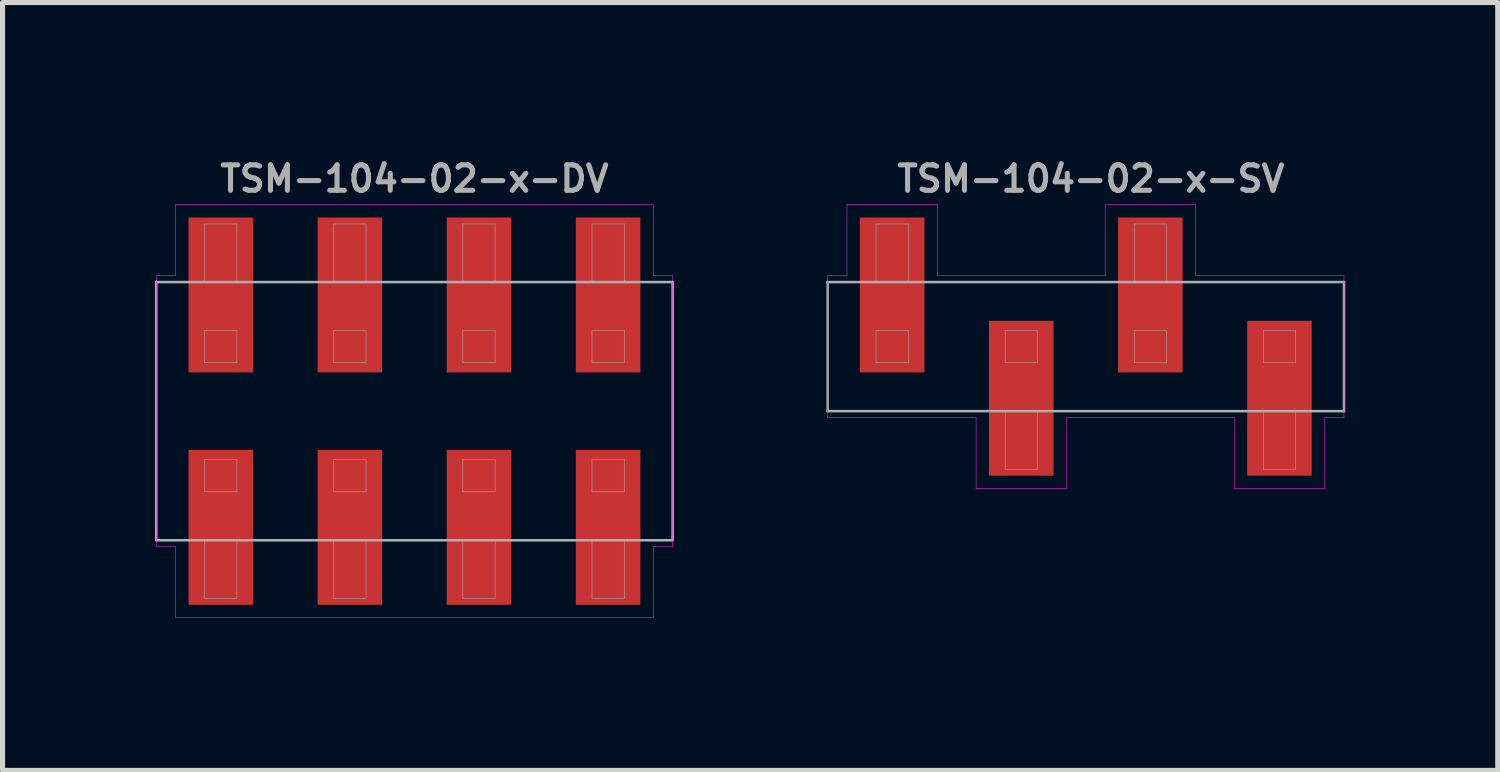
<source format=kicad_pcb>
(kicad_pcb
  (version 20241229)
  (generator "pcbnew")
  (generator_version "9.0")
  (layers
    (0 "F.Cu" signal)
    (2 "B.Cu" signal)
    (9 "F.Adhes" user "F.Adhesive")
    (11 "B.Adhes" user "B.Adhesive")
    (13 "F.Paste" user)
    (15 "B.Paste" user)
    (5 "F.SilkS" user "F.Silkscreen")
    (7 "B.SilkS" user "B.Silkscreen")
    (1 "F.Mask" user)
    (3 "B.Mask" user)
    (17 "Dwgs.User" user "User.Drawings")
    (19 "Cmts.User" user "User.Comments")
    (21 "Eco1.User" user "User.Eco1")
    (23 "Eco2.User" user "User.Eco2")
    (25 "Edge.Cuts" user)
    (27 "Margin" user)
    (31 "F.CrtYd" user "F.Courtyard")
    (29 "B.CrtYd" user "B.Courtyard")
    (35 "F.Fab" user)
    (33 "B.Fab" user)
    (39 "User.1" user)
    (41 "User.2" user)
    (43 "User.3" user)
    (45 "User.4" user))
  (footprint "TSM-104-02-x-SV"
    (layer "F.Cu")
    (at 18.315 3.77)
    (property "Reference" "TSM-104-02-x-SV" (at 0.1 -3.302 0) (layer "F.Fab") (effects (font (size 0.5 0.5) (thickness 0.1))))
    (attr smd)
    (fp_line (start -5.08 -1.397) (end -5.08 1.397) (stroke (width 0.01) (type solid)) (layer "F.CrtYd"))
    (fp_line (start -5.08 1.397) (end -2.159 1.397) (stroke (width 0.01) (type solid)) (layer "F.CrtYd"))
    (fp_line (start -5.08 1.524) (end -5.08 1.524) (stroke (width 0.01) (type solid)) (layer "F.CrtYd"))
    (fp_line (start -4.699 -2.794) (end -4.699 -1.397) (stroke (width 0.01) (type solid)) (layer "F.CrtYd"))
    (fp_line (start -4.699 -1.397) (end -5.08 -1.397) (stroke (width 0.01) (type solid)) (layer "F.CrtYd"))
    (fp_line (start -2.921 -2.794) (end -4.699 -2.794) (stroke (width 0.01) (type solid)) (layer "F.CrtYd"))
    (fp_line (start -2.921 -1.397) (end -2.921 -2.794) (stroke (width 0.01) (type solid)) (layer "F.CrtYd"))
    (fp_line (start -2.159 1.397) (end -2.159 2.794) (stroke (width 0.01) (type solid)) (layer "F.CrtYd"))
    (fp_line (start -2.159 2.794) (end -0.381 2.794) (stroke (width 0.01) (type solid)) (layer "F.CrtYd"))
    (fp_line (start -0.381 1.397) (end 2.921 1.397) (stroke (width 0.01) (type solid)) (layer "F.CrtYd"))
    (fp_line (start -0.381 2.794) (end -0.381 1.397) (stroke (width 0.01) (type solid)) (layer "F.CrtYd"))
    (fp_line (start 0.381 -2.794) (end 0.381 -2.794) (stroke (width 0.01) (type solid)) (layer "F.CrtYd"))
    (fp_line (start 0.381 -2.794) (end 0.381 -1.397) (stroke (width 0.01) (type solid)) (layer "F.CrtYd"))
    (fp_line (start 0.381 -1.397) (end -2.921 -1.397) (stroke (width 0.01) (type solid)) (layer "F.CrtYd"))
    (fp_line (start 2.159 -2.794) (end 0.381 -2.794) (stroke (width 0.01) (type solid)) (layer "F.CrtYd"))
    (fp_line (start 2.159 -1.397) (end 2.159 -2.794) (stroke (width 0.01) (type solid)) (layer "F.CrtYd"))
    (fp_line (start 2.921 1.397) (end 2.921 2.794) (stroke (width 0.01) (type solid)) (layer "F.CrtYd"))
    (fp_line (start 2.921 2.794) (end 4.699 2.794) (stroke (width 0.01) (type solid)) (layer "F.CrtYd"))
    (fp_line (start 4.699 1.397) (end 5.08 1.397) (stroke (width 0.01) (type solid)) (layer "F.CrtYd"))
    (fp_line (start 4.699 2.794) (end 4.699 1.397) (stroke (width 0.01) (type solid)) (layer "F.CrtYd"))
    (fp_line (start 5.08 -1.397) (end 2.159 -1.397) (stroke (width 0.01) (type solid)) (layer "F.CrtYd"))
    (fp_line (start 5.08 1.397) (end 5.08 -1.397) (stroke (width 0.01) (type solid)) (layer "F.CrtYd"))
    (fp_line (start -5.08 -1.27) (end -5.08 1.27) (stroke (width 0.05) (type solid)) (layer "F.Fab"))
    (fp_line (start -5.08 1.27) (end 5.08 1.27) (stroke (width 0.05) (type solid)) (layer "F.Fab"))
    (fp_line (start -4.128 -2.413) (end -3.493 -2.413) (stroke (width 0.01) (type solid)) (layer "F.Fab"))
    (fp_line (start -4.128 -1.27) (end -4.128 -2.413) (stroke (width 0.01) (type solid)) (layer "F.Fab"))
    (fp_line (start -4.128 -0.318) (end -4.128 0.318) (stroke (width 0.01) (type solid)) (layer "F.Fab"))
    (fp_line (start -4.128 0.318) (end -3.493 0.318) (stroke (width 0.01) (type solid)) (layer "F.Fab"))
    (fp_line (start -3.493 -2.413) (end -3.493 -1.27) (stroke (width 0.01) (type solid)) (layer "F.Fab"))
    (fp_line (start -3.493 -0.318) (end -4.128 -0.318) (stroke (width 0.01) (type solid)) (layer "F.Fab"))
    (fp_line (start -3.493 0.318) (end -3.493 -0.318) (stroke (width 0.01) (type solid)) (layer "F.Fab"))
    (fp_line (start -1.587 -0.318) (end -1.587 0.318) (stroke (width 0.01) (type solid)) (layer "F.Fab"))
    (fp_line (start -1.587 0.318) (end -0.953 0.318) (stroke (width 0.01) (type solid)) (layer "F.Fab"))
    (fp_line (start -1.587 2.413) (end -1.587 1.27) (stroke (width 0.01) (type solid)) (layer "F.Fab"))
    (fp_line (start -0.953 -0.318) (end -1.587 -0.318) (stroke (width 0.01) (type solid)) (layer "F.Fab"))
    (fp_line (start -0.953 0.318) (end -0.953 -0.318) (stroke (width 0.01) (type solid)) (layer "F.Fab"))
    (fp_line (start -0.953 1.27) (end -0.953 2.413) (stroke (width 0.01) (type solid)) (layer "F.Fab"))
    (fp_line (start -0.953 2.413) (end -1.587 2.413) (stroke (width 0.01) (type solid)) (layer "F.Fab"))
    (fp_line (start 0.953 -2.413) (end 1.587 -2.413) (stroke (width 0.01) (type solid)) (layer "F.Fab"))
    (fp_line (start 0.953 -1.27) (end 0.953 -2.413) (stroke (width 0.01) (type solid)) (layer "F.Fab"))
    (fp_line (start 0.953 -0.318) (end 0.953 0.318) (stroke (width 0.01) (type solid)) (layer "F.Fab"))
    (fp_line (start 0.953 0.318) (end 1.587 0.318) (stroke (width 0.01) (type solid)) (layer "F.Fab"))
    (fp_line (start 1.587 -2.413) (end 1.587 -1.27) (stroke (width 0.01) (type solid)) (layer "F.Fab"))
    (fp_line (start 1.587 -0.318) (end 0.953 -0.318) (stroke (width 0.01) (type solid)) (layer "F.Fab"))
    (fp_line (start 1.587 0.318) (end 1.587 -0.318) (stroke (width 0.01) (type solid)) (layer "F.Fab"))
    (fp_line (start 3.493 -0.318) (end 3.493 0.318) (stroke (width 0.01) (type solid)) (layer "F.Fab"))
    (fp_line (start 3.493 0.318) (end 4.128 0.318) (stroke (width 0.01) (type solid)) (layer "F.Fab"))
    (fp_line (start 3.493 2.413) (end 3.493 1.27) (stroke (width 0.01) (type solid)) (layer "F.Fab"))
    (fp_line (start 4.128 -0.318) (end 3.493 -0.318) (stroke (width 0.01) (type solid)) (layer "F.Fab"))
    (fp_line (start 4.128 0.318) (end 4.128 -0.318) (stroke (width 0.01) (type solid)) (layer "F.Fab"))
    (fp_line (start 4.128 1.27) (end 4.128 2.413) (stroke (width 0.01) (type solid)) (layer "F.Fab"))
    (fp_line (start 4.128 2.413) (end 3.493 2.413) (stroke (width 0.01) (type solid)) (layer "F.Fab"))
    (fp_line (start 5.08 -1.27) (end -5.08 -1.27) (stroke (width 0.05) (type solid)) (layer "F.Fab"))
    (fp_line (start 5.08 1.27) (end 5.08 -1.27) (stroke (width 0.05) (type solid)) (layer "F.Fab"))
    (pad "1" smd rect (at -3.81 -1.016) (size 1.27 3.048) (layers "F.Cu" "F.Mask" "F.Paste"))
    (pad "2" smd rect (at -1.27 1.016) (size 1.27 3.048) (layers "F.Cu" "F.Mask" "F.Paste"))
    (pad "3" smd rect (at 1.27 -1.016) (size 1.27 3.048) (layers "F.Cu" "F.Mask" "F.Paste"))
    (pad "4" smd rect (at 3.81 1.016) (size 1.27 3.048) (layers "F.Cu" "F.Mask" "F.Paste")))
  (footprint "TSM-104-02-x-DV"
    (layer "F.Cu")
    (at 5.105 5.04)
    (property "Reference" "TSM-104-02-x-DV" (at 0 -4.572 0) (layer "F.Fab") (effects (font (size 0.5 0.5) (thickness 0.1))))
    (attr smd)
    (fp_line (start -5.08 -2.667) (end -4.699 -2.667) (stroke (width 0.01) (type solid)) (layer "F.CrtYd"))
    (fp_line (start -5.08 2.667) (end -5.08 -2.667) (stroke (width 0.01) (type solid)) (layer "F.CrtYd"))
    (fp_line (start -4.699 -4.064) (end 4.699 -4.064) (stroke (width 0.01) (type solid)) (layer "F.CrtYd"))
    (fp_line (start -4.699 -2.667) (end -4.699 -4.064) (stroke (width 0.01) (type solid)) (layer "F.CrtYd"))
    (fp_line (start -4.699 2.667) (end -5.08 2.667) (stroke (width 0.01) (type solid)) (layer "F.CrtYd"))
    (fp_line (start -4.699 4.064) (end -4.699 2.667) (stroke (width 0.01) (type solid)) (layer "F.CrtYd"))
    (fp_line (start 4.699 -4.064) (end 4.699 -2.667) (stroke (width 0.01) (type solid)) (layer "F.CrtYd"))
    (fp_line (start 4.699 -2.667) (end 5.08 -2.667) (stroke (width 0.01) (type solid)) (layer "F.CrtYd"))
    (fp_line (start 4.699 2.667) (end 4.699 4.064) (stroke (width 0.01) (type solid)) (layer "F.CrtYd"))
    (fp_line (start 4.699 4.064) (end -4.699 4.064) (stroke (width 0.01) (type solid)) (layer "F.CrtYd"))
    (fp_line (start 5.08 -2.667) (end 5.08 2.667) (stroke (width 0.01) (type solid)) (layer "F.CrtYd"))
    (fp_line (start 5.08 2.667) (end 4.699 2.667) (stroke (width 0.01) (type solid)) (layer "F.CrtYd"))
    (fp_line (start -5.08 -2.54) (end 5.08 -2.54) (stroke (width 0.05) (type solid)) (layer "F.Fab"))
    (fp_line (start -5.08 2.54) (end -5.08 -2.54) (stroke (width 0.05) (type solid)) (layer "F.Fab"))
    (fp_line (start -4.128 -3.683) (end -3.493 -3.683) (stroke (width 0.01) (type solid)) (layer "F.Fab"))
    (fp_line (start -4.128 -2.54) (end -4.128 -3.683) (stroke (width 0.01) (type solid)) (layer "F.Fab"))
    (fp_line (start -4.128 -1.587) (end -4.128 -0.953) (stroke (width 0.01) (type solid)) (layer "F.Fab"))
    (fp_line (start -4.128 -0.953) (end -3.493 -0.953) (stroke (width 0.01) (type solid)) (layer "F.Fab"))
    (fp_line (start -4.128 0.953) (end -4.128 1.587) (stroke (width 0.01) (type solid)) (layer "F.Fab"))
    (fp_line (start -4.128 1.587) (end -3.493 1.587) (stroke (width 0.01) (type solid)) (layer "F.Fab"))
    (fp_line (start -4.128 3.683) (end -4.128 2.54) (stroke (width 0.01) (type solid)) (layer "F.Fab"))
    (fp_line (start -3.493 -3.683) (end -3.493 -2.54) (stroke (width 0.01) (type solid)) (layer "F.Fab"))
    (fp_line (start -3.493 -1.587) (end -4.128 -1.587) (stroke (width 0.01) (type solid)) (layer "F.Fab"))
    (fp_line (start -3.493 -0.953) (end -3.493 -1.587) (stroke (width 0.01) (type solid)) (layer "F.Fab"))
    (fp_line (start -3.493 0.953) (end -4.128 0.953) (stroke (width 0.01) (type solid)) (layer "F.Fab"))
    (fp_line (start -3.493 1.587) (end -3.493 0.953) (stroke (width 0.01) (type solid)) (layer "F.Fab"))
    (fp_line (start -3.493 2.54) (end -3.493 3.683) (stroke (width 0.01) (type solid)) (layer "F.Fab"))
    (fp_line (start -3.493 3.683) (end -4.128 3.683) (stroke (width 0.01) (type solid)) (layer "F.Fab"))
    (fp_line (start -1.587 -3.683) (end -0.953 -3.683) (stroke (width 0.01) (type solid)) (layer "F.Fab"))
    (fp_line (start -1.587 -2.54) (end -1.587 -3.683) (stroke (width 0.01) (type solid)) (layer "F.Fab"))
    (fp_line (start -1.587 -1.587) (end -1.587 -0.953) (stroke (width 0.01) (type solid)) (layer "F.Fab"))
    (fp_line (start -1.587 -0.953) (end -0.953 -0.953) (stroke (width 0.01) (type solid)) (layer "F.Fab"))
    (fp_line (start -1.587 0.953) (end -1.587 1.587) (stroke (width 0.01) (type solid)) (layer "F.Fab"))
    (fp_line (start -1.587 1.587) (end -0.953 1.587) (stroke (width 0.01) (type solid)) (layer "F.Fab"))
    (fp_line (start -1.587 3.683) (end -1.587 2.54) (stroke (width 0.01) (type solid)) (layer "F.Fab"))
    (fp_line (start -0.953 -3.683) (end -0.953 -2.54) (stroke (width 0.01) (type solid)) (layer "F.Fab"))
    (fp_line (start -0.953 -1.587) (end -1.587 -1.587) (stroke (width 0.01) (type solid)) (layer "F.Fab"))
    (fp_line (start -0.953 -0.953) (end -0.953 -1.587) (stroke (width 0.01) (type solid)) (layer "F.Fab"))
    (fp_line (start -0.953 0.953) (end -1.587 0.953) (stroke (width 0.01) (type solid)) (layer "F.Fab"))
    (fp_line (start -0.953 1.587) (end -0.953 0.953) (stroke (width 0.01) (type solid)) (layer "F.Fab"))
    (fp_line (start -0.953 2.54) (end -0.953 3.683) (stroke (width 0.01) (type solid)) (layer "F.Fab"))
    (fp_line (start -0.953 3.683) (end -1.587 3.683) (stroke (width 0.01) (type solid)) (layer "F.Fab"))
    (fp_line (start 0.953 -3.683) (end 1.587 -3.683) (stroke (width 0.01) (type solid)) (layer "F.Fab"))
    (fp_line (start 0.953 -2.54) (end 0.953 -3.683) (stroke (width 0.01) (type solid)) (layer "F.Fab"))
    (fp_line (start 0.953 -1.587) (end 0.953 -0.953) (stroke (width 0.01) (type solid)) (layer "F.Fab"))
    (fp_line (start 0.953 -0.953) (end 1.587 -0.953) (stroke (width 0.01) (type solid)) (layer "F.Fab"))
    (fp_line (start 0.953 0.953) (end 0.953 1.587) (stroke (width 0.01) (type solid)) (layer "F.Fab"))
    (fp_line (start 0.953 1.587) (end 1.587 1.587) (stroke (width 0.01) (type solid)) (layer "F.Fab"))
    (fp_line (start 0.953 3.683) (end 0.953 2.54) (stroke (width 0.01) (type solid)) (layer "F.Fab"))
    (fp_line (start 1.587 -3.683) (end 1.587 -2.54) (stroke (width 0.01) (type solid)) (layer "F.Fab"))
    (fp_line (start 1.587 -1.587) (end 0.953 -1.587) (stroke (width 0.01) (type solid)) (layer "F.Fab"))
    (fp_line (start 1.587 -0.953) (end 1.587 -1.587) (stroke (width 0.01) (type solid)) (layer "F.Fab"))
    (fp_line (start 1.587 0.953) (end 0.953 0.953) (stroke (width 0.01) (type solid)) (layer "F.Fab"))
    (fp_line (start 1.587 1.587) (end 1.587 0.953) (stroke (width 0.01) (type solid)) (layer "F.Fab"))
    (fp_line (start 1.587 2.54) (end 1.587 3.683) (stroke (width 0.01) (type solid)) (layer "F.Fab"))
    (fp_line (start 1.587 3.683) (end 0.953 3.683) (stroke (width 0.01) (type solid)) (layer "F.Fab"))
    (fp_line (start 3.493 -3.683) (end 4.128 -3.683) (stroke (width 0.01) (type solid)) (layer "F.Fab"))
    (fp_line (start 3.493 -2.54) (end 3.493 -3.683) (stroke (width 0.01) (type solid)) (layer "F.Fab"))
    (fp_line (start 3.493 -1.587) (end 3.493 -0.953) (stroke (width 0.01) (type solid)) (layer "F.Fab"))
    (fp_line (start 3.493 -0.953) (end 4.128 -0.953) (stroke (width 0.01) (type solid)) (layer "F.Fab"))
    (fp_line (start 3.493 0.953) (end 3.493 1.587) (stroke (width 0.01) (type solid)) (layer "F.Fab"))
    (fp_line (start 3.493 1.587) (end 4.128 1.587) (stroke (width 0.01) (type solid)) (layer "F.Fab"))
    (fp_line (start 3.493 3.683) (end 3.493 2.54) (stroke (width 0.01) (type solid)) (layer "F.Fab"))
    (fp_line (start 4.128 -3.683) (end 4.128 -2.54) (stroke (width 0.01) (type solid)) (layer "F.Fab"))
    (fp_line (start 4.128 -1.587) (end 3.493 -1.587) (stroke (width 0.01) (type solid)) (layer "F.Fab"))
    (fp_line (start 4.128 -0.953) (end 4.128 -1.587) (stroke (width 0.01) (type solid)) (layer "F.Fab"))
    (fp_line (start 4.128 0.953) (end 3.493 0.953) (stroke (width 0.01) (type solid)) (layer "F.Fab"))
    (fp_line (start 4.128 1.587) (end 4.128 0.953) (stroke (width 0.01) (type solid)) (layer "F.Fab"))
    (fp_line (start 4.128 2.54) (end 4.128 3.683) (stroke (width 0.01) (type solid)) (layer "F.Fab"))
    (fp_line (start 4.128 3.683) (end 3.493 3.683) (stroke (width 0.01) (type solid)) (layer "F.Fab"))
    (fp_line (start 5.08 -2.54) (end 5.08 2.54) (stroke (width 0.05) (type solid)) (layer "F.Fab"))
    (fp_line (start 5.08 2.54) (end -5.08 2.54) (stroke (width 0.05) (type solid)) (layer "F.Fab"))
    (pad "1" smd rect (at -3.81 2.286) (size 1.27 3.048) (layers "F.Cu" "F.Mask" "F.Paste"))
    (pad "2" smd rect (at -3.81 -2.286) (size 1.27 3.048) (layers "F.Cu" "F.Mask" "F.Paste"))
    (pad "3" smd rect (at -1.27 2.286) (size 1.27 3.048) (layers "F.Cu" "F.Mask" "F.Paste"))
    (pad "4" smd rect (at -1.27 -2.286) (size 1.27 3.048) (layers "F.Cu" "F.Mask" "F.Paste"))
    (pad "5" smd rect (at 1.27 2.286) (size 1.27 3.048) (layers "F.Cu" "F.Mask" "F.Paste"))
    (pad "6" smd rect (at 1.27 -2.286) (size 1.27 3.048) (layers "F.Cu" "F.Mask" "F.Paste"))
    (pad "7" smd rect (at 3.81 2.286) (size 1.27 3.048) (layers "F.Cu" "F.Mask" "F.Paste"))
    (pad "8" smd rect (at 3.81 -2.286) (size 1.27 3.048) (layers "F.Cu" "F.Mask" "F.Paste")))
  (gr_rect
    (start -3 -3)
    (end 26.42 12.109)
    (stroke (width 0.1) (type default))
    (fill no)
    (layer "Edge.Cuts")))
</source>
